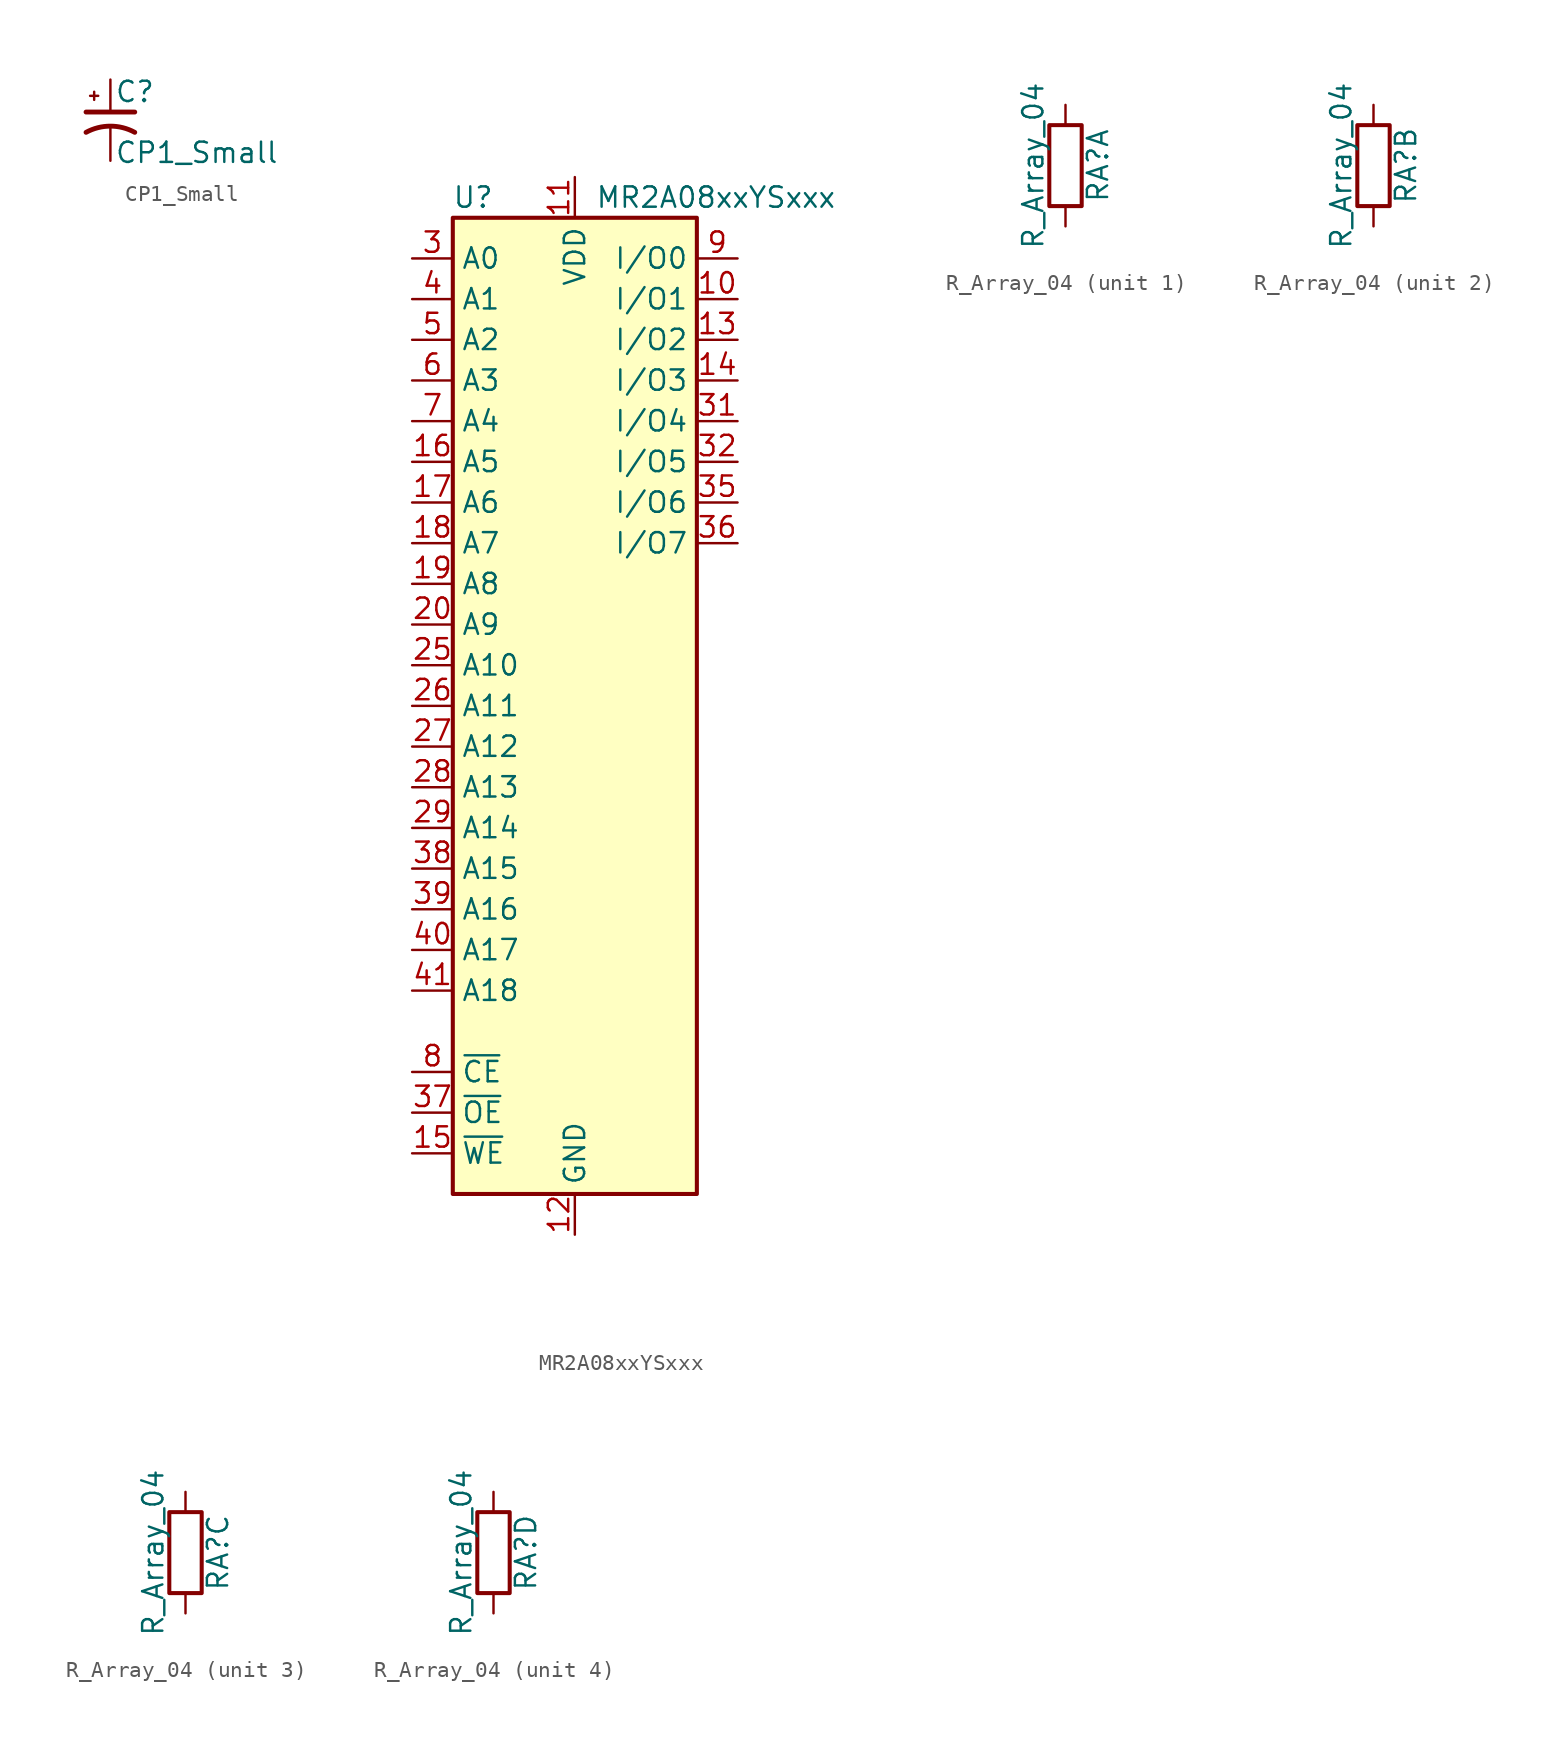
<source format=kicad_sym>
(kicad_symbol_lib
  (version 20231120)
  (generator "kicad_symbol_editor")
  (generator_version "8.0")
  (symbol "CP1_Small"
    (pin_numbers hide)
    (pin_names
      (offset 0.254) hide)
    (property "Reference" "C"
      (at 0.254 1.778 0)
      (effects (font (size 1.27 1.27)) (justify left)))
    (property "Value" "CP1_Small"
      (at 0.254 -2.032 0)
      (effects (font (size 1.27 1.27)) (justify left)))
    (symbol "CP1_Small_0_1"
      (polyline (pts (xy -1.524 0.508) (xy 1.524 0.508)) (stroke (width 0.305) (type default)) (fill (type none)))
      (polyline (pts (xy -1.27 1.524) (xy -0.762 1.524)) (stroke (width 0) (type default)) (fill (type none)))
      (polyline (pts (xy -1.016 1.27) (xy -1.016 1.778)) (stroke (width 0) (type default)) (fill (type none)))
      (arc (start 1.524 -0.762) (mid 0 -0.3734) (end -1.524 -0.762) (stroke (width 0.3048) (type default)) (fill (type none))))
    (symbol "CP1_Small_1_1"
      (pin passive line (at 0 2.54 270) (length 2.032) (name "~" (effects (font (size 1.27 1.27)))) (number "1" (effects (font (size 1.27 1.27)))))
      (pin passive line (at 0 -2.54 90) (length 2.032) (name "~" (effects (font (size 1.27 1.27)))) (number "2" (effects (font (size 1.27 1.27)))))))
  (symbol "MR2A08xxYSxxx"
    (property "Reference" "U"
      (at -6.35 31.75 0)
      (effects (font (size 1.27 1.27))))
    (property "Value" "MR2A08xxYSxxx"
      (at 1.27 31.75 0)
      (effects (font (size 1.27 1.27)) (justify left)))
    (symbol "MR2A08xxYSxxx_0_1"
      (rectangle (start -7.62 30.48) (end 7.62 -30.48) (stroke (width 0.254) (type default)) (fill (type background))))
    (symbol "MR2A08xxYSxxx_1_1"
      (pin no_connect line (at 7.62 -10.16 180) (length 2.54) hide (name "DC" (effects (font (size 1.27 1.27)))) (number "1" (effects (font (size 1.27 1.27)))))
      (pin bidirectional line (at 10.16 25.4 180) (length 2.54) (name "I/O1" (effects (font (size 1.27 1.27)))) (number "10" (effects (font (size 1.27 1.27)))))
      (pin power_in line (at 0 33.02 270) (length 2.54) (name "VDD" (effects (font (size 1.27 1.27)))) (number "11" (effects (font (size 1.27 1.27)))))
      (pin power_in line (at 0 -33.02 90) (length 2.54) (name "GND" (effects (font (size 1.27 1.27)))) (number "12" (effects (font (size 1.27 1.27)))))
      (pin bidirectional line (at 10.16 22.86 180) (length 2.54) (name "I/O2" (effects (font (size 1.27 1.27)))) (number "13" (effects (font (size 1.27 1.27)))))
      (pin bidirectional line (at 10.16 20.32 180) (length 2.54) (name "I/O3" (effects (font (size 1.27 1.27)))) (number "14" (effects (font (size 1.27 1.27)))))
      (pin input line (at -10.16 -27.94 0) (length 2.54) (name "~{WE}" (effects (font (size 1.27 1.27)))) (number "15" (effects (font (size 1.27 1.27)))))
      (pin input line (at -10.16 15.24 0) (length 2.54) (name "A5" (effects (font (size 1.27 1.27)))) (number "16" (effects (font (size 1.27 1.27)))))
      (pin input line (at -10.16 12.7 0) (length 2.54) (name "A6" (effects (font (size 1.27 1.27)))) (number "17" (effects (font (size 1.27 1.27)))))
      (pin input line (at -10.16 10.16 0) (length 2.54) (name "A7" (effects (font (size 1.27 1.27)))) (number "18" (effects (font (size 1.27 1.27)))))
      (pin input line (at -10.16 7.62 0) (length 2.54) (name "A8" (effects (font (size 1.27 1.27)))) (number "19" (effects (font (size 1.27 1.27)))))
      (pin no_connect line (at 7.62 -5.08 180) (length 2.54) hide (name "NC" (effects (font (size 1.27 1.27)))) (number "2" (effects (font (size 1.27 1.27)))))
      (pin input line (at -10.16 5.08 0) (length 2.54) (name "A9" (effects (font (size 1.27 1.27)))) (number "20" (effects (font (size 1.27 1.27)))))
      (pin no_connect line (at 7.62 -12.7 180) (length 2.54) hide (name "DC" (effects (font (size 1.27 1.27)))) (number "21" (effects (font (size 1.27 1.27)))))
      (pin no_connect line (at 7.62 -15.24 180) (length 2.54) hide (name "DC" (effects (font (size 1.27 1.27)))) (number "22" (effects (font (size 1.27 1.27)))))
      (pin no_connect line (at 7.62 -17.78 180) (length 2.54) hide (name "DC" (effects (font (size 1.27 1.27)))) (number "23" (effects (font (size 1.27 1.27)))))
      (pin no_connect line (at 7.62 -20.32 180) (length 2.54) hide (name "DC" (effects (font (size 1.27 1.27)))) (number "24" (effects (font (size 1.27 1.27)))))
      (pin input line (at -10.16 2.54 0) (length 2.54) (name "A10" (effects (font (size 1.27 1.27)))) (number "25" (effects (font (size 1.27 1.27)))))
      (pin input line (at -10.16 0 0) (length 2.54) (name "A11" (effects (font (size 1.27 1.27)))) (number "26" (effects (font (size 1.27 1.27)))))
      (pin input line (at -10.16 -2.54 0) (length 2.54) (name "A12" (effects (font (size 1.27 1.27)))) (number "27" (effects (font (size 1.27 1.27)))))
      (pin input line (at -10.16 -5.08 0) (length 2.54) (name "A13" (effects (font (size 1.27 1.27)))) (number "28" (effects (font (size 1.27 1.27)))))
      (pin input line (at -10.16 -7.62 0) (length 2.54) (name "A14" (effects (font (size 1.27 1.27)))) (number "29" (effects (font (size 1.27 1.27)))))
      (pin input line (at -10.16 27.94 0) (length 2.54) (name "A0" (effects (font (size 1.27 1.27)))) (number "3" (effects (font (size 1.27 1.27)))))
      (pin no_connect line (at 7.62 -22.86 180) (length 2.54) hide (name "DC" (effects (font (size 1.27 1.27)))) (number "30" (effects (font (size 1.27 1.27)))))
      (pin bidirectional line (at 10.16 17.78 180) (length 2.54) (name "I/O4" (effects (font (size 1.27 1.27)))) (number "31" (effects (font (size 1.27 1.27)))))
      (pin bidirectional line (at 10.16 15.24 180) (length 2.54) (name "I/O5" (effects (font (size 1.27 1.27)))) (number "32" (effects (font (size 1.27 1.27)))))
      (pin passive line (at 0 33.02 270) (length 2.54) hide (name "VDD" (effects (font (size 1.27 1.27)))) (number "33" (effects (font (size 1.27 1.27)))))
      (pin passive line (at 0 -33.02 90) (length 2.54) hide (name "GND" (effects (font (size 1.27 1.27)))) (number "34" (effects (font (size 1.27 1.27)))))
      (pin bidirectional line (at 10.16 12.7 180) (length 2.54) (name "I/O6" (effects (font (size 1.27 1.27)))) (number "35" (effects (font (size 1.27 1.27)))))
      (pin bidirectional line (at 10.16 10.16 180) (length 2.54) (name "I/O7" (effects (font (size 1.27 1.27)))) (number "36" (effects (font (size 1.27 1.27)))))
      (pin input line (at -10.16 -25.4 0) (length 2.54) (name "~{OE}" (effects (font (size 1.27 1.27)))) (number "37" (effects (font (size 1.27 1.27)))))
      (pin input line (at -10.16 -10.16 0) (length 2.54) (name "A15" (effects (font (size 1.27 1.27)))) (number "38" (effects (font (size 1.27 1.27)))))
      (pin input line (at -10.16 -12.7 0) (length 2.54) (name "A16" (effects (font (size 1.27 1.27)))) (number "39" (effects (font (size 1.27 1.27)))))
      (pin input line (at -10.16 25.4 0) (length 2.54) (name "A1" (effects (font (size 1.27 1.27)))) (number "4" (effects (font (size 1.27 1.27)))))
      (pin input line (at -10.16 -15.24 0) (length 2.54) (name "A17" (effects (font (size 1.27 1.27)))) (number "40" (effects (font (size 1.27 1.27)))))
      (pin input line (at -10.16 -17.78 0) (length 2.54) (name "A18" (effects (font (size 1.27 1.27)))) (number "41" (effects (font (size 1.27 1.27)))))
      (pin no_connect line (at 7.62 -25.4 180) (length 2.54) hide (name "DC" (effects (font (size 1.27 1.27)))) (number "42" (effects (font (size 1.27 1.27)))))
      (pin no_connect line (at 7.62 -7.62 180) (length 2.54) hide (name "NC" (effects (font (size 1.27 1.27)))) (number "43" (effects (font (size 1.27 1.27)))))
      (pin no_connect line (at 7.62 -27.94 180) (length 2.54) hide (name "DC" (effects (font (size 1.27 1.27)))) (number "44" (effects (font (size 1.27 1.27)))))
      (pin input line (at -10.16 22.86 0) (length 2.54) (name "A2" (effects (font (size 1.27 1.27)))) (number "5" (effects (font (size 1.27 1.27)))))
      (pin input line (at -10.16 20.32 0) (length 2.54) (name "A3" (effects (font (size 1.27 1.27)))) (number "6" (effects (font (size 1.27 1.27)))))
      (pin input line (at -10.16 17.78 0) (length 2.54) (name "A4" (effects (font (size 1.27 1.27)))) (number "7" (effects (font (size 1.27 1.27)))))
      (pin input line (at -10.16 -22.86 0) (length 2.54) (name "~{CE}" (effects (font (size 1.27 1.27)))) (number "8" (effects (font (size 1.27 1.27)))))
      (pin bidirectional line (at 10.16 27.94 180) (length 2.54) (name "I/O0" (effects (font (size 1.27 1.27)))) (number "9" (effects (font (size 1.27 1.27)))))))
  (symbol "R_Array_04"
    (pin_numbers hide)
    (pin_names
      (offset 0) hide)
    (property "Reference" "RA"
      (at 2.032 0 90)
      (effects (font (size 1.27 1.27))))
    (property "Value" "R_Array_04"
      (at -2.032 0 90)
      (effects (font (size 1.27 1.27))))
    (symbol "R_Array_04_0_1"
      (rectangle (start 1.016 2.54) (end -1.016 -2.54) (stroke (width 0.254) (type default)) (fill (type none))))
    (symbol "R_Array_04_1_1"
      (pin passive line (at 0 3.81 270) (length 1.27) (name "R1.1" (effects (font (size 1.27 1.27)))) (number "1" (effects (font (size 1.27 1.27)))))
      (pin passive line (at 0 -3.81 90) (length 1.27) (name "R1.2" (effects (font (size 1.27 1.27)))) (number "8" (effects (font (size 1.27 1.27))))))
    (symbol "R_Array_04_2_1"
      (pin passive line (at 0 3.81 270) (length 1.27) (name "R2.1" (effects (font (size 1.27 1.27)))) (number "2" (effects (font (size 1.27 1.27)))))
      (pin passive line (at 0 -3.81 90) (length 1.27) (name "R2.2" (effects (font (size 1.27 1.27)))) (number "7" (effects (font (size 1.27 1.27))))))
    (symbol "R_Array_04_3_1"
      (pin passive line (at 0 3.81 270) (length 1.27) (name "R3.1" (effects (font (size 1.27 1.27)))) (number "3" (effects (font (size 1.27 1.27)))))
      (pin passive line (at 0 -3.81 90) (length 1.27) (name "R3.2" (effects (font (size 1.27 1.27)))) (number "6" (effects (font (size 1.27 1.27))))))
    (symbol "R_Array_04_4_1"
      (pin passive line (at 0 3.81 270) (length 1.27) (name "R4.1" (effects (font (size 1.27 1.27)))) (number "4" (effects (font (size 1.27 1.27)))))
      (pin passive line (at 0 -3.81 90) (length 1.27) (name "R4.2" (effects (font (size 1.27 1.27)))) (number "5" (effects (font (size 1.27 1.27))))))))
</source>
